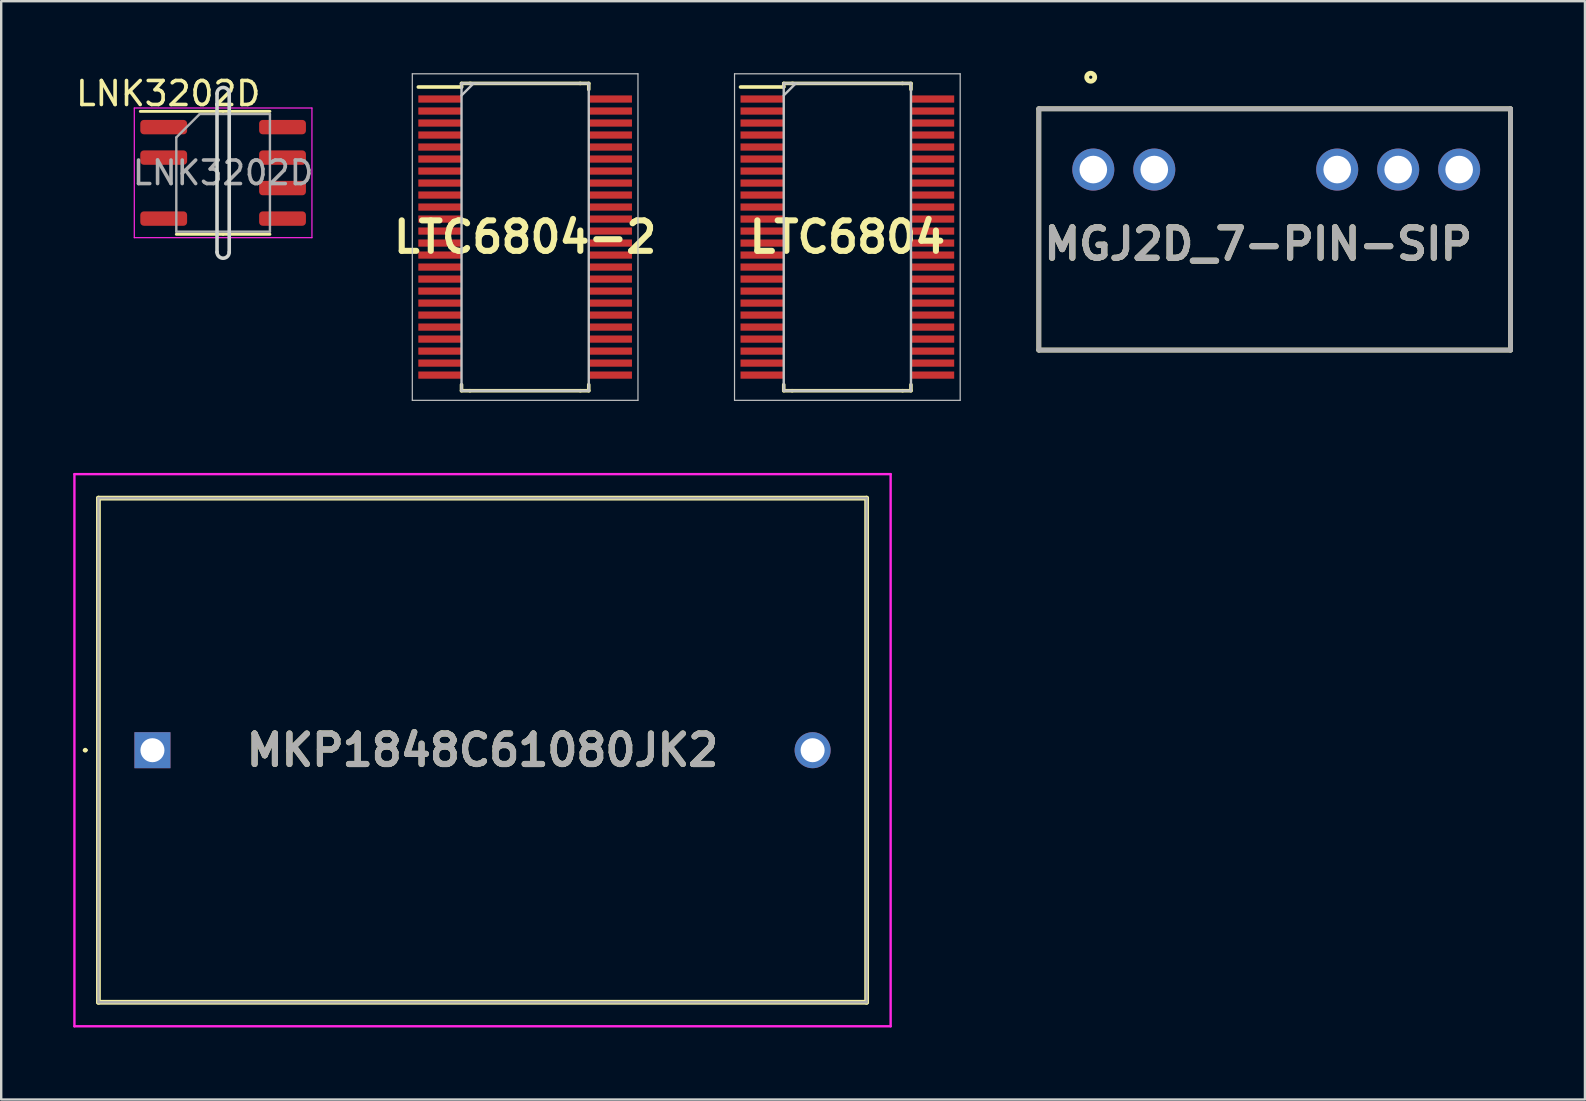
<source format=kicad_pcb>
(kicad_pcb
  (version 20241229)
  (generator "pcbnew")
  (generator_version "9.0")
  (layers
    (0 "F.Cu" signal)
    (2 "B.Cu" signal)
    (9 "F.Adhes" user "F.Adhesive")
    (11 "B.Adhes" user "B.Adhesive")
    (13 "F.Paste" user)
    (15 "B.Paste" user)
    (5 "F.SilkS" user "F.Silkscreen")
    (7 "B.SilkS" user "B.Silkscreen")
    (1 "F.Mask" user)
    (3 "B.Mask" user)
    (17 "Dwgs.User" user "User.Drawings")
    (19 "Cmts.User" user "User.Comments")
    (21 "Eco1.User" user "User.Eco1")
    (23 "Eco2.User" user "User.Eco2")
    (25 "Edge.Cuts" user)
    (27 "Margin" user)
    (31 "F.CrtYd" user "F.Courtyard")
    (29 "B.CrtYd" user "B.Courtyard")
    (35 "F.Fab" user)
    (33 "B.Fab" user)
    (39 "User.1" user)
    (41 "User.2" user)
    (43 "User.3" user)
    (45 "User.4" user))
  (footprint "MKP1848C61080JK2"
    (layer "F.Cu")
    (at 3.3 28.2)
    (property "Reference" "MKP1848C61080JK2" (at 13.75 0 0) (layer "F.SilkS") (effects (font (size 1.27 1.27) (thickness 0.254))))
    (attr through_hole)
    (fp_line (start -2.85 0) (end -2.85 0) (stroke (width 0.1) (type solid)) (layer "F.SilkS"))
    (fp_line (start -2.75 0) (end -2.75 0) (stroke (width 0.1) (type solid)) (layer "F.SilkS"))
    (fp_line (start -2.25 -10.5) (end 29.75 -10.5) (stroke (width 0.2) (type solid)) (layer "F.SilkS"))
    (fp_line (start -2.25 10.5) (end -2.25 -10.5) (stroke (width 0.2) (type solid)) (layer "F.SilkS"))
    (fp_line (start 29.75 -10.5) (end 29.75 10.5) (stroke (width 0.2) (type solid)) (layer "F.SilkS"))
    (fp_line (start 29.75 10.5) (end -2.25 10.5) (stroke (width 0.2) (type solid)) (layer "F.SilkS"))
    (fp_arc (start -2.85 0) (mid -2.8 -0.05) (end -2.75 0) (stroke (width 0.1) (type solid)) (layer "F.SilkS"))
    (fp_arc (start -2.75 0) (mid -2.8 0.05) (end -2.85 0) (stroke (width 0.1) (type solid)) (layer "F.SilkS"))
    (fp_line (start -3.25 -11.5) (end 30.75 -11.5) (stroke (width 0.1) (type solid)) (layer "F.CrtYd"))
    (fp_line (start -3.25 11.5) (end -3.25 -11.5) (stroke (width 0.1) (type solid)) (layer "F.CrtYd"))
    (fp_line (start 30.75 -11.5) (end 30.75 11.5) (stroke (width 0.1) (type solid)) (layer "F.CrtYd"))
    (fp_line (start 30.75 11.5) (end -3.25 11.5) (stroke (width 0.1) (type solid)) (layer "F.CrtYd"))
    (fp_line (start -2.25 -10.5) (end -2.25 10.5) (stroke (width 0.1) (type solid)) (layer "F.Fab"))
    (fp_line (start -2.25 10.5) (end 29.75 10.5) (stroke (width 0.1) (type solid)) (layer "F.Fab"))
    (fp_line (start 29.75 -10.5) (end -2.25 -10.5) (stroke (width 0.1) (type solid)) (layer "F.Fab"))
    (fp_line (start 29.75 10.5) (end 29.75 -10.5) (stroke (width 0.1) (type solid)) (layer "F.Fab"))
    (fp_text user "${REFERENCE}" (at 13.75 0 0) (layer "F.Fab") (effects (font (size 1.27 1.27) (thickness 0.254))))
    (pad "1" thru_hole rect (at 0 0) (size 1.5 1.5) (drill 1) (layers "*.Cu" "*.Mask"))
    (pad "2" thru_hole circle (at 27.5 0) (size 1.5 1.5) (drill 1) (layers "*.Cu" "*.Mask")))
  (footprint "LTC6804"
    (layer "F.Cu")
    (at 32.247 6.825)
    (property "Reference" "LTC6804" (at 0 0 0) (layer "F.SilkS") (effects (font (size 1.27 1.27) (thickness 0.254))))
    (attr smd)
    (fp_line (start -4.45 -6.25) (end -2.65 -6.25) (stroke (width 0.15) (type solid)) (layer "F.SilkS"))
    (fp_line (start -2.65 -6.4) (end -2.65 -6.25) (stroke (width 0.15) (type solid)) (layer "F.SilkS"))
    (fp_line (start -2.65 6.4) (end -2.65 6.15) (stroke (width 0.15) (type solid)) (layer "F.SilkS"))
    (fp_line (start -2.3 -6.4) (end 2.3 -6.4) (stroke (width 0.15) (type solid)) (layer "F.SilkS"))
    (fp_line (start -2.3 6.4) (end -2.65 6.4) (stroke (width 0.15) (type solid)) (layer "F.SilkS"))
    (fp_line (start -2.27 -6.4) (end -2.65 -6.4) (stroke (width 0.15) (type solid)) (layer "F.SilkS"))
    (fp_line (start 2.29 -6.4) (end 2.65 -6.4) (stroke (width 0.15) (type solid)) (layer "F.SilkS"))
    (fp_line (start 2.3 6.4) (end -2.3 6.4) (stroke (width 0.15) (type solid)) (layer "F.SilkS"))
    (fp_line (start 2.3 6.4) (end 2.65 6.4) (stroke (width 0.15) (type solid)) (layer "F.SilkS"))
    (fp_line (start 2.65 -6.4) (end 2.65 -6.15) (stroke (width 0.15) (type solid)) (layer "F.SilkS"))
    (fp_line (start 2.65 6.4) (end 2.65 6.15) (stroke (width 0.15) (type solid)) (layer "F.SilkS"))
    (fp_line (start -4.7 -6.8) (end 4.7 -6.8) (stroke (width 0.05) (type solid)) (layer "Dwgs.User"))
    (fp_line (start -4.7 6.8) (end -4.7 -6.8) (stroke (width 0.05) (type solid)) (layer "Dwgs.User"))
    (fp_line (start -2.65 -6.4) (end 2.65 -6.4) (stroke (width 0.1) (type solid)) (layer "Dwgs.User"))
    (fp_line (start -2.65 -5.9) (end -2.15 -6.4) (stroke (width 0.1) (type solid)) (layer "Dwgs.User"))
    (fp_line (start -2.65 6.4) (end -2.65 -6.4) (stroke (width 0.1) (type solid)) (layer "Dwgs.User"))
    (fp_line (start 2.65 -6.4) (end 2.65 6.4) (stroke (width 0.1) (type solid)) (layer "Dwgs.User"))
    (fp_line (start 2.65 6.4) (end -2.65 6.4) (stroke (width 0.1) (type solid)) (layer "Dwgs.User"))
    (fp_line (start 4.7 -6.8) (end 4.7 6.8) (stroke (width 0.05) (type solid)) (layer "Dwgs.User"))
    (fp_line (start 4.7 6.8) (end -4.7 6.8) (stroke (width 0.05) (type solid)) (layer "Dwgs.User"))
    (pad "1" smd rect (at -3.55 -5.75 90) (size 0.3 1.8) (layers "F.Cu" "F.Mask" "F.Paste"))
    (pad "2" smd rect (at -3.55 -5.25 90) (size 0.3 1.8) (layers "F.Cu" "F.Mask" "F.Paste"))
    (pad "3" smd rect (at -3.55 -4.75 90) (size 0.3 1.8) (layers "F.Cu" "F.Mask" "F.Paste"))
    (pad "4" smd rect (at -3.55 -4.25 90) (size 0.3 1.8) (layers "F.Cu" "F.Mask" "F.Paste"))
    (pad "5" smd rect (at -3.55 -3.75 90) (size 0.3 1.8) (layers "F.Cu" "F.Mask" "F.Paste"))
    (pad "6" smd rect (at -3.55 -3.25 90) (size 0.3 1.8) (layers "F.Cu" "F.Mask" "F.Paste"))
    (pad "7" smd rect (at -3.55 -2.75 90) (size 0.3 1.8) (layers "F.Cu" "F.Mask" "F.Paste"))
    (pad "8" smd rect (at -3.55 -2.25 90) (size 0.3 1.8) (layers "F.Cu" "F.Mask" "F.Paste"))
    (pad "9" smd rect (at -3.55 -1.75 90) (size 0.3 1.8) (layers "F.Cu" "F.Mask" "F.Paste"))
    (pad "10" smd rect (at -3.55 -1.25 90) (size 0.3 1.8) (layers "F.Cu" "F.Mask" "F.Paste"))
    (pad "11" smd rect (at -3.55 -0.75 90) (size 0.3 1.8) (layers "F.Cu" "F.Mask" "F.Paste"))
    (pad "12" smd rect (at -3.55 -0.25 90) (size 0.3 1.8) (layers "F.Cu" "F.Mask" "F.Paste"))
    (pad "13" smd rect (at -3.55 0.25 90) (size 0.3 1.8) (layers "F.Cu" "F.Mask" "F.Paste"))
    (pad "14" smd rect (at -3.55 0.75 90) (size 0.3 1.8) (layers "F.Cu" "F.Mask" "F.Paste"))
    (pad "15" smd rect (at -3.55 1.25 90) (size 0.3 1.8) (layers "F.Cu" "F.Mask" "F.Paste"))
    (pad "16" smd rect (at -3.55 1.75 90) (size 0.3 1.8) (layers "F.Cu" "F.Mask" "F.Paste"))
    (pad "17" smd rect (at -3.55 2.25 90) (size 0.3 1.8) (layers "F.Cu" "F.Mask" "F.Paste"))
    (pad "18" smd rect (at -3.55 2.75 90) (size 0.3 1.8) (layers "F.Cu" "F.Mask" "F.Paste"))
    (pad "19" smd rect (at -3.55 3.25 90) (size 0.3 1.8) (layers "F.Cu" "F.Mask" "F.Paste"))
    (pad "20" smd rect (at -3.55 3.75 90) (size 0.3 1.8) (layers "F.Cu" "F.Mask" "F.Paste"))
    (pad "21" smd rect (at -3.55 4.25 90) (size 0.3 1.8) (layers "F.Cu" "F.Mask" "F.Paste"))
    (pad "22" smd rect (at -3.55 4.75 90) (size 0.3 1.8) (layers "F.Cu" "F.Mask" "F.Paste"))
    (pad "23" smd rect (at -3.55 5.25 90) (size 0.3 1.8) (layers "F.Cu" "F.Mask" "F.Paste"))
    (pad "24" smd rect (at -3.55 5.75 90) (size 0.3 1.8) (layers "F.Cu" "F.Mask" "F.Paste"))
    (pad "25" smd rect (at 3.55 5.75 90) (size 0.3 1.8) (layers "F.Cu" "F.Mask" "F.Paste"))
    (pad "26" smd rect (at 3.55 5.25 90) (size 0.3 1.8) (layers "F.Cu" "F.Mask" "F.Paste"))
    (pad "27" smd rect (at 3.55 4.75 90) (size 0.3 1.8) (layers "F.Cu" "F.Mask" "F.Paste"))
    (pad "28" smd rect (at 3.55 4.25 90) (size 0.3 1.8) (layers "F.Cu" "F.Mask" "F.Paste"))
    (pad "29" smd rect (at 3.55 3.75 90) (size 0.3 1.8) (layers "F.Cu" "F.Mask" "F.Paste"))
    (pad "30" smd rect (at 3.55 3.25 90) (size 0.3 1.8) (layers "F.Cu" "F.Mask" "F.Paste"))
    (pad "31" smd rect (at 3.55 2.75 90) (size 0.3 1.8) (layers "F.Cu" "F.Mask" "F.Paste"))
    (pad "32" smd rect (at 3.55 2.25 90) (size 0.3 1.8) (layers "F.Cu" "F.Mask" "F.Paste"))
    (pad "33" smd rect (at 3.55 1.75 90) (size 0.3 1.8) (layers "F.Cu" "F.Mask" "F.Paste"))
    (pad "34" smd rect (at 3.55 1.25 90) (size 0.3 1.8) (layers "F.Cu" "F.Mask" "F.Paste"))
    (pad "35" smd rect (at 3.55 0.75 90) (size 0.3 1.8) (layers "F.Cu" "F.Mask" "F.Paste"))
    (pad "36" smd rect (at 3.55 0.25 90) (size 0.3 1.8) (layers "F.Cu" "F.Mask" "F.Paste"))
    (pad "37" smd rect (at 3.55 -0.25 90) (size 0.3 1.8) (layers "F.Cu" "F.Mask" "F.Paste"))
    (pad "38" smd rect (at 3.55 -0.75 90) (size 0.3 1.8) (layers "F.Cu" "F.Mask" "F.Paste"))
    (pad "39" smd rect (at 3.55 -1.25 90) (size 0.3 1.8) (layers "F.Cu" "F.Mask" "F.Paste"))
    (pad "40" smd rect (at 3.55 -1.75 90) (size 0.3 1.8) (layers "F.Cu" "F.Mask" "F.Paste"))
    (pad "41" smd rect (at 3.55 -2.25 90) (size 0.3 1.8) (layers "F.Cu" "F.Mask" "F.Paste"))
    (pad "42" smd rect (at 3.55 -2.75 90) (size 0.3 1.8) (layers "F.Cu" "F.Mask" "F.Paste"))
    (pad "43" smd rect (at 3.55 -3.25 90) (size 0.3 1.8) (layers "F.Cu" "F.Mask" "F.Paste"))
    (pad "44" smd rect (at 3.55 -3.75 90) (size 0.3 1.8) (layers "F.Cu" "F.Mask" "F.Paste"))
    (pad "45" smd rect (at 3.55 -4.25 90) (size 0.3 1.8) (layers "F.Cu" "F.Mask" "F.Paste"))
    (pad "46" smd rect (at 3.55 -4.75 90) (size 0.3 1.8) (layers "F.Cu" "F.Mask" "F.Paste"))
    (pad "47" smd rect (at 3.55 -5.25 90) (size 0.3 1.8) (layers "F.Cu" "F.Mask" "F.Paste"))
    (pad "48" smd rect (at 3.55 -5.75 90) (size 0.3 1.8) (layers "F.Cu" "F.Mask" "F.Paste")))
  (footprint "LTC6804-2"
    (layer "F.Cu")
    (at 18.825 6.825)
    (property "Reference" "LTC6804-2" (at 0 0 0) (layer "F.SilkS") (effects (font (size 1.27 1.27) (thickness 0.254))))
    (attr smd)
    (fp_line (start -4.45 -6.25) (end -2.65 -6.25) (stroke (width 0.15) (type solid)) (layer "F.SilkS"))
    (fp_line (start -2.65 -6.4) (end -2.65 -6.25) (stroke (width 0.15) (type solid)) (layer "F.SilkS"))
    (fp_line (start -2.65 6.4) (end -2.65 6.15) (stroke (width 0.15) (type solid)) (layer "F.SilkS"))
    (fp_line (start -2.3 -6.4) (end 2.3 -6.4) (stroke (width 0.15) (type solid)) (layer "F.SilkS"))
    (fp_line (start -2.3 6.4) (end -2.65 6.4) (stroke (width 0.15) (type solid)) (layer "F.SilkS"))
    (fp_line (start -2.27 -6.4) (end -2.65 -6.4) (stroke (width 0.15) (type solid)) (layer "F.SilkS"))
    (fp_line (start 2.29 -6.4) (end 2.65 -6.4) (stroke (width 0.15) (type solid)) (layer "F.SilkS"))
    (fp_line (start 2.3 6.4) (end -2.3 6.4) (stroke (width 0.15) (type solid)) (layer "F.SilkS"))
    (fp_line (start 2.3 6.4) (end 2.65 6.4) (stroke (width 0.15) (type solid)) (layer "F.SilkS"))
    (fp_line (start 2.65 -6.4) (end 2.65 -6.15) (stroke (width 0.15) (type solid)) (layer "F.SilkS"))
    (fp_line (start 2.65 6.4) (end 2.65 6.15) (stroke (width 0.15) (type solid)) (layer "F.SilkS"))
    (fp_line (start -4.7 -6.8) (end 4.7 -6.8) (stroke (width 0.05) (type solid)) (layer "Dwgs.User"))
    (fp_line (start -4.7 6.8) (end -4.7 -6.8) (stroke (width 0.05) (type solid)) (layer "Dwgs.User"))
    (fp_line (start -2.65 -6.4) (end 2.65 -6.4) (stroke (width 0.1) (type solid)) (layer "Dwgs.User"))
    (fp_line (start -2.65 -5.9) (end -2.15 -6.4) (stroke (width 0.1) (type solid)) (layer "Dwgs.User"))
    (fp_line (start -2.65 6.4) (end -2.65 -6.4) (stroke (width 0.1) (type solid)) (layer "Dwgs.User"))
    (fp_line (start 2.65 -6.4) (end 2.65 6.4) (stroke (width 0.1) (type solid)) (layer "Dwgs.User"))
    (fp_line (start 2.65 6.4) (end -2.65 6.4) (stroke (width 0.1) (type solid)) (layer "Dwgs.User"))
    (fp_line (start 4.7 -6.8) (end 4.7 6.8) (stroke (width 0.05) (type solid)) (layer "Dwgs.User"))
    (fp_line (start 4.7 6.8) (end -4.7 6.8) (stroke (width 0.05) (type solid)) (layer "Dwgs.User"))
    (pad "1" smd rect (at -3.55 -5.75 90) (size 0.3 1.8) (layers "F.Cu" "F.Paste"))
    (pad "2" smd rect (at -3.55 -5.25 90) (size 0.3 1.8) (layers "F.Cu" "F.Paste"))
    (pad "3" smd rect (at -3.55 -4.75 90) (size 0.3 1.8) (layers "F.Cu" "F.Paste"))
    (pad "4" smd rect (at -3.55 -4.25 90) (size 0.3 1.8) (layers "F.Cu" "F.Paste"))
    (pad "5" smd rect (at -3.55 -3.75 90) (size 0.3 1.8) (layers "F.Cu" "F.Paste"))
    (pad "6" smd rect (at -3.55 -3.25 90) (size 0.3 1.8) (layers "F.Cu" "F.Paste"))
    (pad "7" smd rect (at -3.55 -2.75 90) (size 0.3 1.8) (layers "F.Cu" "F.Paste"))
    (pad "8" smd rect (at -3.55 -2.25 90) (size 0.3 1.8) (layers "F.Cu" "F.Paste"))
    (pad "9" smd rect (at -3.55 -1.75 90) (size 0.3 1.8) (layers "F.Cu" "F.Paste"))
    (pad "10" smd rect (at -3.55 -1.25 90) (size 0.3 1.8) (layers "F.Cu" "F.Paste"))
    (pad "11" smd rect (at -3.55 -0.75 90) (size 0.3 1.8) (layers "F.Cu" "F.Paste"))
    (pad "12" smd rect (at -3.55 -0.25 90) (size 0.3 1.8) (layers "F.Cu" "F.Paste"))
    (pad "13" smd rect (at -3.55 0.25 90) (size 0.3 1.8) (layers "F.Cu" "F.Paste"))
    (pad "14" smd rect (at -3.55 0.75 90) (size 0.3 1.8) (layers "F.Cu" "F.Paste"))
    (pad "15" smd rect (at -3.55 1.25 90) (size 0.3 1.8) (layers "F.Cu" "F.Paste"))
    (pad "16" smd rect (at -3.55 1.75 90) (size 0.3 1.8) (layers "F.Cu" "F.Paste"))
    (pad "17" smd rect (at -3.55 2.25 90) (size 0.3 1.8) (layers "F.Cu" "F.Paste"))
    (pad "18" smd rect (at -3.55 2.75 90) (size 0.3 1.8) (layers "F.Cu" "F.Paste"))
    (pad "19" smd rect (at -3.55 3.25 90) (size 0.3 1.8) (layers "F.Cu" "F.Paste"))
    (pad "20" smd rect (at -3.55 3.75 90) (size 0.3 1.8) (layers "F.Cu" "F.Paste"))
    (pad "21" smd rect (at -3.55 4.25 90) (size 0.3 1.8) (layers "F.Cu" "F.Paste"))
    (pad "22" smd rect (at -3.55 4.75 90) (size 0.3 1.8) (layers "F.Cu" "F.Paste"))
    (pad "23" smd rect (at -3.55 5.25 90) (size 0.3 1.8) (layers "F.Cu" "F.Paste"))
    (pad "24" smd rect (at -3.55 5.75 90) (size 0.3 1.8) (layers "F.Cu" "F.Paste"))
    (pad "25" smd rect (at 3.55 5.75 90) (size 0.3 1.8) (layers "F.Cu" "F.Paste"))
    (pad "26" smd rect (at 3.55 5.25 90) (size 0.3 1.8) (layers "F.Cu" "F.Paste"))
    (pad "27" smd rect (at 3.55 4.75 90) (size 0.3 1.8) (layers "F.Cu" "F.Paste"))
    (pad "28" smd rect (at 3.55 4.25 90) (size 0.3 1.8) (layers "F.Cu" "F.Paste"))
    (pad "29" smd rect (at 3.55 3.75 90) (size 0.3 1.8) (layers "F.Cu" "F.Paste"))
    (pad "30" smd rect (at 3.55 3.25 90) (size 0.3 1.8) (layers "F.Cu" "F.Paste"))
    (pad "31" smd rect (at 3.55 2.75 90) (size 0.3 1.8) (layers "F.Cu" "F.Paste"))
    (pad "32" smd rect (at 3.55 2.25 90) (size 0.3 1.8) (layers "F.Cu" "F.Paste"))
    (pad "33" smd rect (at 3.55 1.75 90) (size 0.3 1.8) (layers "F.Cu" "F.Paste"))
    (pad "34" smd rect (at 3.55 1.25 90) (size 0.3 1.8) (layers "F.Cu" "F.Paste"))
    (pad "35" smd rect (at 3.55 0.75 90) (size 0.3 1.8) (layers "F.Cu" "F.Paste"))
    (pad "36" smd rect (at 3.55 0.25 90) (size 0.3 1.8) (layers "F.Cu" "F.Paste"))
    (pad "37" smd rect (at 3.55 -0.25 90) (size 0.3 1.8) (layers "F.Cu" "F.Paste"))
    (pad "38" smd rect (at 3.55 -0.75 90) (size 0.3 1.8) (layers "F.Cu" "F.Paste"))
    (pad "39" smd rect (at 3.55 -1.25 90) (size 0.3 1.8) (layers "F.Cu" "F.Paste"))
    (pad "40" smd rect (at 3.55 -1.75 90) (size 0.3 1.8) (layers "F.Cu" "F.Paste"))
    (pad "41" smd rect (at 3.55 -2.25 90) (size 0.3 1.8) (layers "F.Cu" "F.Paste"))
    (pad "42" smd rect (at 3.55 -2.75 90) (size 0.3 1.8) (layers "F.Cu" "F.Paste"))
    (pad "43" smd rect (at 3.55 -3.25 90) (size 0.3 1.8) (layers "F.Cu" "F.Paste"))
    (pad "44" smd rect (at 3.55 -3.75 90) (size 0.3 1.8) (layers "F.Cu" "F.Paste"))
    (pad "45" smd rect (at 3.55 -4.25 90) (size 0.3 1.8) (layers "F.Cu" "F.Paste"))
    (pad "46" smd rect (at 3.55 -4.75 90) (size 0.3 1.8) (layers "F.Cu" "F.Paste"))
    (pad "47" smd rect (at 3.55 -5.25 90) (size 0.3 1.8) (layers "F.Cu" "F.Paste"))
    (pad "48" smd rect (at 3.55 -5.75 90) (size 0.3 1.8) (layers "F.Cu" "F.Paste")))
  (footprint "LNK3202D"
    (layer "F.Cu")
    (at 6.244 4.15)
    (property "Reference" "LNK3202D" (at -2.286 -3.302 0) (layer "F.SilkS") (effects (font (size 1 1) (thickness 0.15))))
    (attr smd)
    (fp_line (start 0 -2.56) (end -3.45 -2.56) (stroke (width 0.12) (type solid)) (layer "F.SilkS"))
    (fp_line (start 0 -2.56) (end 1.95 -2.56) (stroke (width 0.12) (type solid)) (layer "F.SilkS"))
    (fp_line (start 0 2.56) (end -1.95 2.56) (stroke (width 0.12) (type solid)) (layer "F.SilkS"))
    (fp_line (start 0 2.56) (end 1.95 2.56) (stroke (width 0.12) (type solid)) (layer "F.SilkS"))
    (fp_line (start -0.254 3.302) (end -0.254 -3.302) (stroke (width 0.15) (type solid)) (layer "Edge.Cuts"))
    (fp_line (start 0.254 -3.302) (end 0.254 3.302) (stroke (width 0.15) (type solid)) (layer "Edge.Cuts"))
    (fp_arc (start -0.254 -3.302) (mid 0 -3.556) (end 0.254 -3.302) (stroke (width 0.15) (type solid)) (layer "Edge.Cuts"))
    (fp_arc (start 0.254 3.302) (mid 0 3.556) (end -0.254 3.302) (stroke (width 0.15) (type solid)) (layer "Edge.Cuts"))
    (fp_line (start -3.7 -2.7) (end -3.7 2.7) (stroke (width 0.05) (type solid)) (layer "F.CrtYd"))
    (fp_line (start -3.7 2.7) (end 3.7 2.7) (stroke (width 0.05) (type solid)) (layer "F.CrtYd"))
    (fp_line (start 3.7 -2.7) (end -3.7 -2.7) (stroke (width 0.05) (type solid)) (layer "F.CrtYd"))
    (fp_line (start 3.7 2.7) (end 3.7 -2.7) (stroke (width 0.05) (type solid)) (layer "F.CrtYd"))
    (fp_line (start -1.95 -1.475) (end -0.975 -2.45) (stroke (width 0.1) (type solid)) (layer "F.Fab"))
    (fp_line (start -1.95 2.45) (end -1.95 -1.475) (stroke (width 0.1) (type solid)) (layer "F.Fab"))
    (fp_line (start -0.975 -2.45) (end 1.95 -2.45) (stroke (width 0.1) (type solid)) (layer "F.Fab"))
    (fp_line (start 1.95 -2.45) (end 1.95 2.45) (stroke (width 0.1) (type solid)) (layer "F.Fab"))
    (fp_line (start 1.95 2.45) (end -1.95 2.45) (stroke (width 0.1) (type solid)) (layer "F.Fab"))
    (fp_text user "${REFERENCE}" (at 0 0 0) (layer "F.Fab") (effects (font (size 0.98 0.98) (thickness 0.15))))
    (pad "1" smd roundrect (at -2.475 -1.905) (size 1.95 0.6) (layers "F.Cu" "F.Mask" "F.Paste") (roundrect_rratio 0.25))
    (pad "2" smd roundrect (at -2.475 -0.635) (size 1.95 0.6) (layers "F.Cu" "F.Mask" "F.Paste") (roundrect_rratio 0.25))
    (pad "4" smd roundrect (at -2.475 1.905) (size 1.95 0.6) (layers "F.Cu" "F.Mask" "F.Paste") (roundrect_rratio 0.25))
    (pad "5" smd roundrect (at 2.475 1.905) (size 1.95 0.6) (layers "F.Cu" "F.Mask" "F.Paste") (roundrect_rratio 0.25))
    (pad "6" smd roundrect (at 2.475 0.635) (size 1.95 0.6) (layers "F.Cu" "F.Mask" "F.Paste") (roundrect_rratio 0.25))
    (pad "7" smd roundrect (at 2.475 -0.635) (size 1.95 0.6) (layers "F.Cu" "F.Mask" "F.Paste") (roundrect_rratio 0.25))
    (pad "8" smd roundrect (at 2.475 -1.905) (size 1.95 0.6) (layers "F.Cu" "F.Mask" "F.Paste") (roundrect_rratio 0.25)))
  (footprint "MGJ2D_7-PIN-SIP"
    (layer "F.Cu")
    (at 40.222 1.483)
    (property "Reference" "MGJ2D_7-PIN-SIP" (at 9.138 5.631 0) (layer "F.SilkS") (effects (font (size 1.27 1.27) (thickness 0.254))))
    (attr through_hole)
    (fp_line (start 0 0) (end 0 10.05) (stroke (width 0.2) (type solid)) (layer "F.SilkS"))
    (fp_line (start 0 10.05) (end 19.65 10.05) (stroke (width 0.2) (type solid)) (layer "F.SilkS"))
    (fp_line (start 19.65 0) (end 0 0) (stroke (width 0.2) (type solid)) (layer "F.SilkS"))
    (fp_line (start 19.65 10.05) (end 19.65 0) (stroke (width 0.2) (type solid)) (layer "F.SilkS"))
    (fp_circle (center 2.162 -1.316) (end 2.162 -1.249) (stroke (width 0.2) (type solid)) (fill no) (layer "F.SilkS"))
    (fp_line (start 0 0) (end 19.65 0) (stroke (width 0.2) (type solid)) (layer "F.Fab"))
    (fp_line (start 0 10.05) (end 0 0) (stroke (width 0.2) (type solid)) (layer "F.Fab"))
    (fp_line (start 19.65 0) (end 19.65 10.05) (stroke (width 0.2) (type solid)) (layer "F.Fab"))
    (fp_line (start 19.65 10.05) (end 0 10.05) (stroke (width 0.2) (type solid)) (layer "F.Fab"))
    (fp_text user "${REFERENCE}" (at 9.138 5.631 0) (layer "F.Fab") (effects (font (size 1.27 1.27) (thickness 0.254))))
    (pad "1" thru_hole circle (at 2.27 2.53) (size 1.75 1.75) (drill 1.15) (layers "*.Cu" "*.Mask"))
    (pad "2" thru_hole circle (at 4.81 2.53) (size 1.75 1.75) (drill 1.15) (layers "*.Cu" "*.Mask"))
    (pad "5" thru_hole circle (at 12.43 2.53) (size 1.75 1.75) (drill 1.15) (layers "*.Cu" "*.Mask"))
    (pad "6" thru_hole circle (at 14.97 2.53) (size 1.75 1.75) (drill 1.15) (layers "*.Cu" "*.Mask"))
    (pad "7" thru_hole circle (at 17.51 2.53) (size 1.75 1.75) (drill 1.15) (layers "*.Cu" "*.Mask")))
  (gr_rect
    (start -3 -3)
    (end 62.972 42.75)
    (stroke (width 0.1) (type default))
    (fill no)
    (layer "Edge.Cuts")))
</source>
